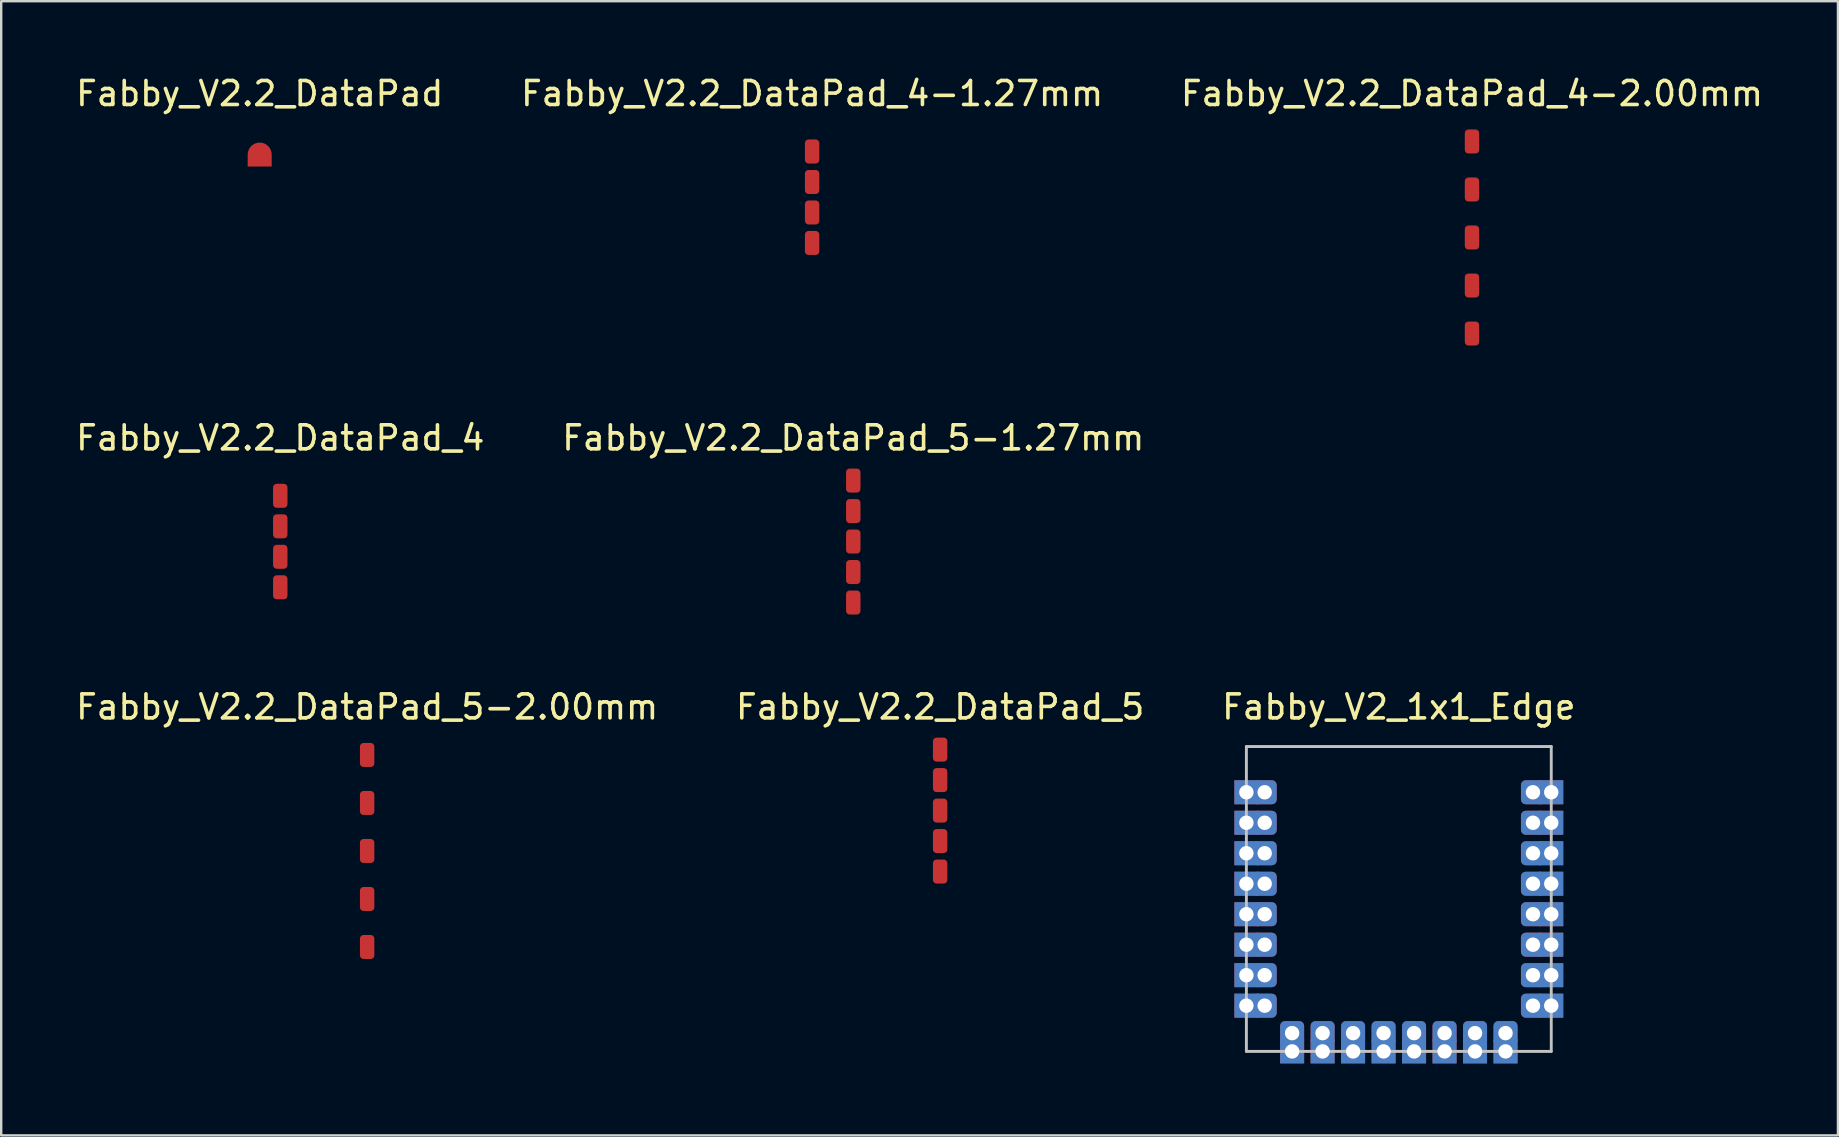
<source format=kicad_pcb>
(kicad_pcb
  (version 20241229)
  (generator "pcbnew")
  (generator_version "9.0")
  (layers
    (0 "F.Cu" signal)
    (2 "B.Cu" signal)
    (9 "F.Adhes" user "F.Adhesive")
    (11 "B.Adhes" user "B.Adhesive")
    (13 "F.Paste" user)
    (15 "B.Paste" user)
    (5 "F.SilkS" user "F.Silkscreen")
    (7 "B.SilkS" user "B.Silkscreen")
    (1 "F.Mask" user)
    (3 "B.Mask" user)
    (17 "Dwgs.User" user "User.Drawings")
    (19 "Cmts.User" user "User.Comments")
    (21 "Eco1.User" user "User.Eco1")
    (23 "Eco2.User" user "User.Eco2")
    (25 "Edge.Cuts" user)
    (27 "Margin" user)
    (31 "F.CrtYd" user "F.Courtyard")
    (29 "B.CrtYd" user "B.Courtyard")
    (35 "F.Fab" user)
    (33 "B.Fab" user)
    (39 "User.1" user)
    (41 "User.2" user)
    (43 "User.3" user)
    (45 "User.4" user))
  (footprint "Fabby_V2.2_DataPad_5-1.27mm"
    (layer "F.Cu")
    (at 32.494 19.509)
    (property "Reference" "Fabby_V2.2_DataPad_5-1.27mm" (at 0 -4.318 0) (layer "F.SilkS") (effects (font (size 1 1) (thickness 0.15))))
    (attr through_hole)
    (pad "1" smd roundrect (at 0 -2.54) (size 0.6 1) (layers "F.Cu" "F.Mask" "F.Paste") (roundrect_rratio 0.25))
    (pad "2" smd roundrect (at 0 -1.27) (size 0.6 1) (layers "F.Cu" "F.Mask" "F.Paste") (roundrect_rratio 0.25))
    (pad "3" smd roundrect (at 0 0) (size 0.6 1) (layers "F.Cu" "F.Mask" "F.Paste") (roundrect_rratio 0.25))
    (pad "4" smd roundrect (at 0 1.27) (size 0.6 1) (layers "F.Cu" "F.Mask" "F.Paste") (roundrect_rratio 0.25))
    (pad "5" smd roundrect (at 0 2.54) (size 0.6 1) (layers "F.Cu" "F.Mask" "F.Paste") (roundrect_rratio 0.25)))
  (footprint "Fabby_V2_1x1_Edge"
    (layer "F.Cu")
    (at 55.22 34.398)
    (property "Reference" "Fabby_V2_1x1_Edge" (at 0 -8 0) (layer "F.SilkS") (effects (font (size 1 1) (thickness 0.15))))
    (attr through_hole)
    (fp_line (start -6.35 -6.35) (end -6.35 6.35) (stroke (width 0.12) (type solid)) (layer "Dwgs.User"))
    (fp_line (start -6.35 -6.35) (end 6.35 -6.35) (stroke (width 0.12) (type solid)) (layer "Dwgs.User"))
    (fp_line (start 6.35 -6.35) (end 6.35 6.35) (stroke (width 0.12) (type solid)) (layer "Dwgs.User"))
    (fp_line (start 6.35 6.35) (end -6.35 6.35) (stroke (width 0.12) (type solid)) (layer "Dwgs.User"))
    (pad "1" thru_hole rect (at -6.35 -4.445 90) (size 1 1) (drill 0.6) (layers "*.Cu" "*.Mask"))
    (pad "1" thru_hole roundrect (at -5.588 -4.445 270) (size 1 1) (drill 0.6) (layers "*.Cu" "*.Mask") (roundrect_rratio 0.2))
    (pad "2" thru_hole rect (at -6.35 -3.175 90) (size 1 1) (drill 0.6) (layers "*.Cu" "*.Mask"))
    (pad "2" thru_hole roundrect (at -5.588 -3.175 270) (size 1 1) (drill 0.6) (layers "*.Cu" "*.Mask") (roundrect_rratio 0.2))
    (pad "3" thru_hole rect (at -6.35 -1.905 90) (size 1 1) (drill 0.6) (layers "*.Cu" "*.Mask"))
    (pad "3" thru_hole roundrect (at -5.588 -1.905 270) (size 1 1) (drill 0.6) (layers "*.Cu" "*.Mask") (roundrect_rratio 0.2))
    (pad "4" thru_hole rect (at -6.35 -0.635 90) (size 1 1) (drill 0.6) (layers "*.Cu" "*.Mask"))
    (pad "4" thru_hole roundrect (at -5.588 -0.635 270) (size 1 1) (drill 0.6) (layers "*.Cu" "*.Mask") (roundrect_rratio 0.2))
    (pad "5" thru_hole rect (at -6.35 0.635 90) (size 1 1) (drill 0.6) (layers "*.Cu" "*.Mask"))
    (pad "5" thru_hole roundrect (at -5.588 0.635 270) (size 1 1) (drill 0.6) (layers "*.Cu" "*.Mask") (roundrect_rratio 0.2))
    (pad "6" thru_hole rect (at -6.35 1.905 180) (size 1 1) (drill 0.6) (layers "*.Cu" "*.Mask"))
    (pad "6" thru_hole roundrect (at -5.588 1.905 270) (size 1 1) (drill 0.6) (layers "*.Cu" "*.Mask") (roundrect_rratio 0.2))
    (pad "7" thru_hole rect (at -6.35 3.175 90) (size 1 1) (drill 0.6) (layers "*.Cu" "*.Mask"))
    (pad "7" thru_hole roundrect (at -5.588 3.175 270) (size 1 1) (drill 0.6) (layers "*.Cu" "*.Mask") (roundrect_rratio 0.2))
    (pad "8" thru_hole rect (at -6.35 4.445 90) (size 1 1) (drill 0.6) (layers "*.Cu" "*.Mask"))
    (pad "8" thru_hole roundrect (at -5.588 4.445 270) (size 1 1) (drill 0.6) (layers "*.Cu" "*.Mask") (roundrect_rratio 0.2))
    (pad "9" thru_hole roundrect (at -4.445 5.588 270) (size 1 1) (drill 0.6) (layers "*.Cu" "*.Mask") (roundrect_rratio 0.2))
    (pad "9" thru_hole rect (at -4.445 6.35 90) (size 1 1) (drill 0.6) (layers "*.Cu" "*.Mask"))
    (pad "10" thru_hole roundrect (at -3.175 5.588 270) (size 1 1) (drill 0.6) (layers "*.Cu" "*.Mask") (roundrect_rratio 0.2))
    (pad "10" thru_hole rect (at -3.175 6.35 90) (size 1 1) (drill 0.6) (layers "*.Cu" "*.Mask"))
    (pad "11" thru_hole roundrect (at -1.905 5.588 270) (size 1 1) (drill 0.6) (layers "*.Cu" "*.Mask") (roundrect_rratio 0.2))
    (pad "11" thru_hole rect (at -1.905 6.35 90) (size 1 1) (drill 0.6) (layers "*.Cu" "*.Mask"))
    (pad "12" thru_hole roundrect (at -0.635 5.588 270) (size 1 1) (drill 0.6) (layers "*.Cu" "*.Mask") (roundrect_rratio 0.2))
    (pad "12" thru_hole rect (at -0.635 6.35 90) (size 1 1) (drill 0.6) (layers "*.Cu" "*.Mask"))
    (pad "13" thru_hole roundrect (at 0.635 5.588 270) (size 1 1) (drill 0.6) (layers "*.Cu" "*.Mask") (roundrect_rratio 0.2))
    (pad "13" thru_hole rect (at 0.635 6.35 90) (size 1 1) (drill 0.6) (layers "*.Cu" "*.Mask"))
    (pad "14" thru_hole roundrect (at 1.905 5.588 270) (size 1 1) (drill 0.6) (layers "*.Cu" "*.Mask") (roundrect_rratio 0.2))
    (pad "14" thru_hole rect (at 1.905 6.35 90) (size 1 1) (drill 0.6) (layers "*.Cu" "*.Mask"))
    (pad "15" thru_hole roundrect (at 3.175 5.588 270) (size 1 1) (drill 0.6) (layers "*.Cu" "*.Mask") (roundrect_rratio 0.2))
    (pad "15" thru_hole rect (at 3.175 6.35 90) (size 1 1) (drill 0.6) (layers "*.Cu" "*.Mask"))
    (pad "16" thru_hole roundrect (at 4.445 5.588 270) (size 1 1) (drill 0.6) (layers "*.Cu" "*.Mask") (roundrect_rratio 0.2))
    (pad "16" thru_hole rect (at 4.445 6.35 90) (size 1 1) (drill 0.6) (layers "*.Cu" "*.Mask"))
    (pad "17" thru_hole roundrect (at 5.588 4.445 180) (size 1 1) (drill 0.6) (layers "*.Cu" "*.Mask") (roundrect_rratio 0.2))
    (pad "17" thru_hole rect (at 6.35 4.445 90) (size 1 1) (drill 0.6) (layers "*.Cu" "*.Mask"))
    (pad "18" thru_hole roundrect (at 5.588 3.175 180) (size 1 1) (drill 0.6) (layers "*.Cu" "*.Mask") (roundrect_rratio 0.2))
    (pad "18" thru_hole rect (at 6.35 3.175 90) (size 1 1) (drill 0.6) (layers "*.Cu" "*.Mask"))
    (pad "19" thru_hole roundrect (at 5.588 1.905 180) (size 1 1) (drill 0.6) (layers "*.Cu" "*.Mask") (roundrect_rratio 0.2))
    (pad "19" thru_hole rect (at 6.35 1.905 90) (size 1 1) (drill 0.6) (layers "*.Cu" "*.Mask"))
    (pad "20" thru_hole roundrect (at 5.588 0.635 180) (size 1 1) (drill 0.6) (layers "*.Cu" "*.Mask") (roundrect_rratio 0.2))
    (pad "20" thru_hole rect (at 6.35 0.635 90) (size 1 1) (drill 0.6) (layers "*.Cu" "*.Mask"))
    (pad "21" thru_hole roundrect (at 5.588 -0.635 180) (size 1 1) (drill 0.6) (layers "*.Cu" "*.Mask") (roundrect_rratio 0.2))
    (pad "21" thru_hole rect (at 6.35 -0.635 90) (size 1 1) (drill 0.6) (layers "*.Cu" "*.Mask"))
    (pad "22" thru_hole roundrect (at 5.588 -1.905 180) (size 1 1) (drill 0.6) (layers "*.Cu" "*.Mask") (roundrect_rratio 0.2))
    (pad "22" thru_hole rect (at 6.35 -1.905 90) (size 1 1) (drill 0.6) (layers "*.Cu" "*.Mask"))
    (pad "23" thru_hole roundrect (at 5.588 -3.175 180) (size 1 1) (drill 0.6) (layers "*.Cu" "*.Mask") (roundrect_rratio 0.2))
    (pad "23" thru_hole rect (at 6.35 -3.175 90) (size 1 1) (drill 0.6) (layers "*.Cu" "*.Mask"))
    (pad "24" thru_hole roundrect (at 5.588 -4.445 180) (size 1 1) (drill 0.6) (layers "*.Cu" "*.Mask") (roundrect_rratio 0.2))
    (pad "24" thru_hole rect (at 6.35 -4.445 90) (size 1 1) (drill 0.6) (layers "*.Cu" "*.Mask")))
  (footprint "Fabby_V2.2_DataPad_5"
    (layer "F.Cu")
    (at 36.113 30.716)
    (property "Reference" "Fabby_V2.2_DataPad_5" (at 0 -4.318 0) (layer "F.SilkS") (effects (font (size 1 1) (thickness 0.15))))
    (attr through_hole)
    (pad "1" smd roundrect (at 0 -2.54) (size 0.6 1) (layers "F.Cu" "F.Mask" "F.Paste") (roundrect_rratio 0.25))
    (pad "2" smd roundrect (at 0 -1.27) (size 0.6 1) (layers "F.Cu" "F.Mask" "F.Paste") (roundrect_rratio 0.25))
    (pad "3" smd roundrect (at 0 0) (size 0.6 1) (layers "F.Cu" "F.Mask" "F.Paste") (roundrect_rratio 0.25))
    (pad "4" smd roundrect (at 0 1.27) (size 0.6 1) (layers "F.Cu" "F.Mask" "F.Paste") (roundrect_rratio 0.25))
    (pad "5" smd roundrect (at 0 2.54) (size 0.6 1) (layers "F.Cu" "F.Mask" "F.Paste") (roundrect_rratio 0.25)))
  (footprint "Fabby_V2.2_DataPad_4-1.27mm"
    (layer "F.Cu")
    (at 30.78 5.166)
    (property "Reference" "Fabby_V2.2_DataPad_4-1.27mm" (at 0 -4.318 0) (layer "F.SilkS") (effects (font (size 1 1) (thickness 0.15))))
    (attr through_hole)
    (pad "1" smd roundrect (at 0 -1.905) (size 0.6 1) (layers "F.Cu" "F.Mask" "F.Paste") (roundrect_rratio 0.25))
    (pad "2" smd roundrect (at 0 -0.635) (size 0.6 1) (layers "F.Cu" "F.Mask" "F.Paste") (roundrect_rratio 0.25))
    (pad "3" smd roundrect (at 0 0.635) (size 0.6 1) (layers "F.Cu" "F.Mask" "F.Paste") (roundrect_rratio 0.25))
    (pad "4" smd roundrect (at 0 1.905) (size 0.6 1) (layers "F.Cu" "F.Mask" "F.Paste") (roundrect_rratio 0.25)))
  (footprint "Fabby_V2.2_DataPad_4-2.00mm"
    (layer "F.Cu")
    (at 58.268 6.848)
    (property "Reference" "Fabby_V2.2_DataPad_4-2.00mm" (at 0 -6 0) (layer "F.SilkS") (effects (font (size 1 1) (thickness 0.15))))
    (attr through_hole)
    (pad "1" smd roundrect (at 0 -4.005) (size 0.6 1) (layers "F.Cu" "F.Mask" "F.Paste") (roundrect_rratio 0.25))
    (pad "2" smd roundrect (at 0 -2.005) (size 0.6 1) (layers "F.Cu" "F.Mask" "F.Paste") (roundrect_rratio 0.25))
    (pad "3" smd roundrect (at 0 -0.005) (size 0.6 1) (layers "F.Cu" "F.Mask" "F.Paste") (roundrect_rratio 0.25))
    (pad "4" smd roundrect (at 0 1.995) (size 0.6 1) (layers "F.Cu" "F.Mask" "F.Paste") (roundrect_rratio 0.25))
    (pad "5" smd roundrect (at 0 3.995) (size 0.6 1) (layers "F.Cu" "F.Mask" "F.Paste") (roundrect_rratio 0.25)))
  (footprint "Fabby_V2.2_DataPad_4"
    (layer "F.Cu")
    (at 8.625 19.509)
    (property "Reference" "Fabby_V2.2_DataPad_4" (at 0 -4.318 0) (layer "F.SilkS") (effects (font (size 1 1) (thickness 0.15))))
    (attr through_hole)
    (pad "1" smd roundrect (at 0 -1.905) (size 0.6 1) (layers "F.Cu" "F.Mask" "F.Paste") (roundrect_rratio 0.25))
    (pad "2" smd roundrect (at 0 -0.635) (size 0.6 1) (layers "F.Cu" "F.Mask" "F.Paste") (roundrect_rratio 0.25))
    (pad "3" smd roundrect (at 0 0.635) (size 0.6 1) (layers "F.Cu" "F.Mask" "F.Paste") (roundrect_rratio 0.25))
    (pad "4" smd roundrect (at 0 1.905) (size 0.6 1) (layers "F.Cu" "F.Mask" "F.Paste") (roundrect_rratio 0.25)))
  (footprint "Fabby_V2.2_DataPad"
    (layer "F.Cu")
    (at 7.768 3.388)
    (property "Reference" "Fabby_V2.2_DataPad" (at 0 -2.54 0) (layer "F.SilkS") (effects (font (size 1 1) (thickness 0.15))))
    (attr through_hole)
    (pad "" smd custom (at 0 0 90) (size 1 1) (layers "F.Cu" "F.Mask" "F.Paste") (options (anchor circle)) (primitives (gr_poly (pts (xy -0.5 -0.5) (xy 0 -0.5) (xy 0 0.5) (xy -0.5 0.5)) (width 0) (fill yes)))))
  (footprint "Fabby_V2.2_DataPad_5-2.00mm"
    (layer "F.Cu")
    (at 12.244 32.398)
    (property "Reference" "Fabby_V2.2_DataPad_5-2.00mm" (at 0 -6 0) (layer "F.SilkS") (effects (font (size 1 1) (thickness 0.15))))
    (attr through_hole)
    (pad "1" smd roundrect (at 0 -4) (size 0.6 1) (layers "F.Cu" "F.Mask" "F.Paste") (roundrect_rratio 0.25))
    (pad "2" smd roundrect (at 0 -2) (size 0.6 1) (layers "F.Cu" "F.Mask" "F.Paste") (roundrect_rratio 0.25))
    (pad "3" smd roundrect (at 0 0) (size 0.6 1) (layers "F.Cu" "F.Mask" "F.Paste") (roundrect_rratio 0.25))
    (pad "4" smd roundrect (at 0 2) (size 0.6 1) (layers "F.Cu" "F.Mask" "F.Paste") (roundrect_rratio 0.25))
    (pad "5" smd roundrect (at 0 4) (size 0.6 1) (layers "F.Cu" "F.Mask" "F.Paste") (roundrect_rratio 0.25)))
  (gr_rect
    (start -3 -3)
    (end 73.512 44.248)
    (stroke (width 0.1) (type default))
    (fill no)
    (layer "Edge.Cuts")))
</source>
